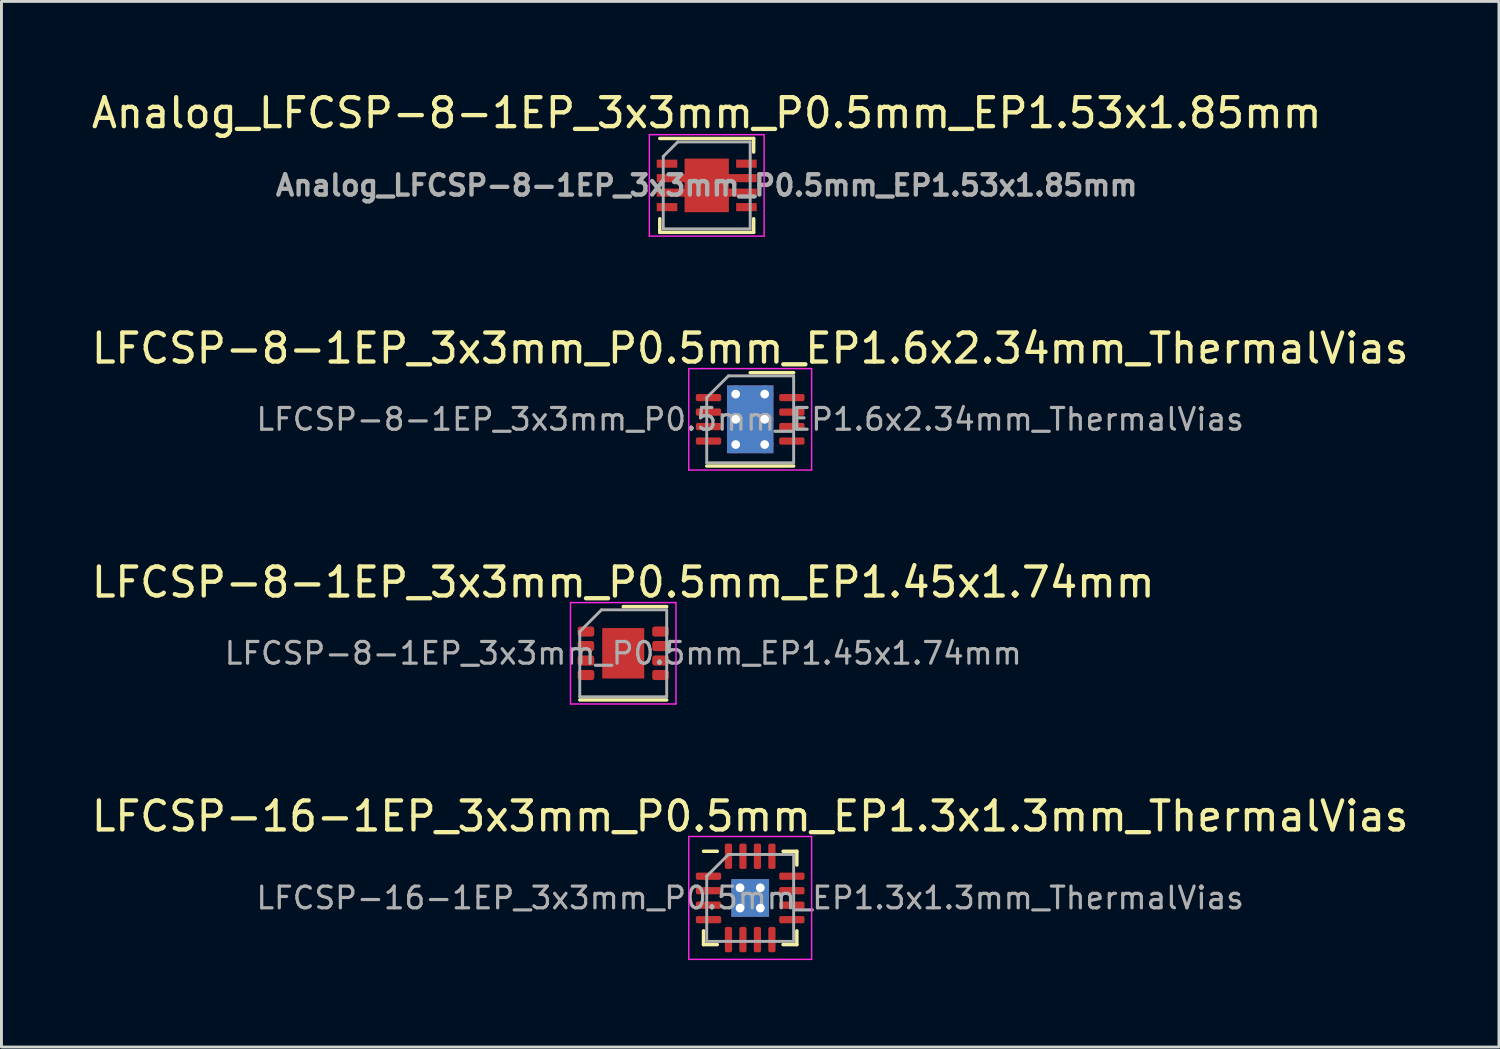
<source format=kicad_pcb>
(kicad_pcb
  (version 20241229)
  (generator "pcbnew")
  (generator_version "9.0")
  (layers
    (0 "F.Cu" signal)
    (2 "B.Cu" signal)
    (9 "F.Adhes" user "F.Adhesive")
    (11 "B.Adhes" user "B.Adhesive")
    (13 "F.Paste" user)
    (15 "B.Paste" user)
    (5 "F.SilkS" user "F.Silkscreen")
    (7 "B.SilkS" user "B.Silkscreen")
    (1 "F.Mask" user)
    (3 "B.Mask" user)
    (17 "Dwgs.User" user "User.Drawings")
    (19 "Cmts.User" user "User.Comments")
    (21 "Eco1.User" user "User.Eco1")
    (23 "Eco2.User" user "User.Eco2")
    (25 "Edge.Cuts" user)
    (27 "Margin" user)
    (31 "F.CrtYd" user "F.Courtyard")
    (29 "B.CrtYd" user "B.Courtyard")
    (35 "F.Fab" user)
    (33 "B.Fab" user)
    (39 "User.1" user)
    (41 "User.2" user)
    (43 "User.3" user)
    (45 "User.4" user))
  (footprint "LFCSP-8-1EP_3x3mm_P0.5mm_EP1.6x2.34mm_ThermalVias"
    (layer "F.Cu")
    (at 22.839 11.421)
    (property "Reference" "LFCSP-8-1EP_3x3mm_P0.5mm_EP1.6x2.34mm_ThermalVias" (at 0 -2.45 0) (layer "F.SilkS") (effects (font (size 1 1) (thickness 0.15))))
    (attr smd)
    (fp_line (start -1.5 1.61) (end 1.5 1.61) (stroke (width 0.12) (type solid)) (layer "F.SilkS"))
    (fp_line (start 0 -1.61) (end 1.5 -1.61) (stroke (width 0.12) (type solid)) (layer "F.SilkS"))
    (fp_line (start -2.12 -1.75) (end -2.12 1.75) (stroke (width 0.05) (type solid)) (layer "F.CrtYd"))
    (fp_line (start -2.12 1.75) (end 2.12 1.75) (stroke (width 0.05) (type solid)) (layer "F.CrtYd"))
    (fp_line (start 2.12 -1.75) (end -2.12 -1.75) (stroke (width 0.05) (type solid)) (layer "F.CrtYd"))
    (fp_line (start 2.12 1.75) (end 2.12 -1.75) (stroke (width 0.05) (type solid)) (layer "F.CrtYd"))
    (fp_line (start -1.5 -0.75) (end -0.75 -1.5) (stroke (width 0.1) (type solid)) (layer "F.Fab"))
    (fp_line (start -1.5 1.5) (end -1.5 -0.75) (stroke (width 0.1) (type solid)) (layer "F.Fab"))
    (fp_line (start -0.75 -1.5) (end 1.5 -1.5) (stroke (width 0.1) (type solid)) (layer "F.Fab"))
    (fp_line (start 1.5 -1.5) (end 1.5 1.5) (stroke (width 0.1) (type solid)) (layer "F.Fab"))
    (fp_line (start 1.5 1.5) (end -1.5 1.5) (stroke (width 0.1) (type solid)) (layer "F.Fab"))
    (fp_text user "${REFERENCE}" (at 0 0 0) (layer "F.Fab") (effects (font (size 0.75 0.75) (thickness 0.11))))
    (pad "" smd roundrect (at -0.4 -0.585) (size 0.69 1.01) (layers "F.Paste") (roundrect_rratio 0.25))
    (pad "" smd roundrect (at -0.4 0.585) (size 0.69 1.01) (layers "F.Paste") (roundrect_rratio 0.25))
    (pad "" smd roundrect (at 0.4 -0.585) (size 0.69 1.01) (layers "F.Paste") (roundrect_rratio 0.25))
    (pad "" smd roundrect (at 0.4 0.585) (size 0.69 1.01) (layers "F.Paste") (roundrect_rratio 0.25))
    (pad "1" smd roundrect (at -1.438 -0.75) (size 0.875 0.25) (layers "F.Cu" "F.Mask" "F.Paste") (roundrect_rratio 0.25))
    (pad "2" smd roundrect (at -1.438 -0.25) (size 0.875 0.25) (layers "F.Cu" "F.Mask" "F.Paste") (roundrect_rratio 0.25))
    (pad "3" smd roundrect (at -1.438 0.25) (size 0.875 0.25) (layers "F.Cu" "F.Mask" "F.Paste") (roundrect_rratio 0.25))
    (pad "4" smd roundrect (at -1.438 0.75) (size 0.875 0.25) (layers "F.Cu" "F.Mask" "F.Paste") (roundrect_rratio 0.25))
    (pad "5" smd roundrect (at 1.438 0.75) (size 0.875 0.25) (layers "F.Cu" "F.Mask" "F.Paste") (roundrect_rratio 0.25))
    (pad "6" smd roundrect (at 1.438 0.25) (size 0.875 0.25) (layers "F.Cu" "F.Mask" "F.Paste") (roundrect_rratio 0.25))
    (pad "7" smd roundrect (at 1.438 -0.25) (size 0.875 0.25) (layers "F.Cu" "F.Mask" "F.Paste") (roundrect_rratio 0.25))
    (pad "8" smd roundrect (at 1.438 -0.75) (size 0.875 0.25) (layers "F.Cu" "F.Mask" "F.Paste") (roundrect_rratio 0.25))
    (pad "9" thru_hole circle (at -0.5 -0.87) (size 0.6 0.6) (drill 0.3) (layers "*.Cu"))
    (pad "9" thru_hole circle (at -0.5 0) (size 0.6 0.6) (drill 0.3) (layers "*.Cu"))
    (pad "9" thru_hole circle (at -0.5 0.87) (size 0.6 0.6) (drill 0.3) (layers "*.Cu"))
    (pad "9" smd rect (at 0 0) (size 1.6 2.34) (layers "F.Cu" "F.Mask"))
    (pad "9" smd rect (at 0 0) (size 1.6 2.34) (layers "B.Cu"))
    (pad "9" thru_hole circle (at 0.5 -0.87) (size 0.6 0.6) (drill 0.3) (layers "*.Cu"))
    (pad "9" thru_hole circle (at 0.5 0) (size 0.6 0.6) (drill 0.3) (layers "*.Cu"))
    (pad "9" thru_hole circle (at 0.5 0.87) (size 0.6 0.6) (drill 0.3) (layers "*.Cu")))
  (footprint "LFCSP-8-1EP_3x3mm_P0.5mm_EP1.45x1.74mm"
    (layer "F.Cu")
    (at 18.458 19.495)
    (property "Reference" "LFCSP-8-1EP_3x3mm_P0.5mm_EP1.45x1.74mm" (at 0 -2.45 0) (layer "F.SilkS") (effects (font (size 1 1) (thickness 0.15))))
    (attr smd)
    (fp_line (start -1.5 1.61) (end 1.5 1.61) (stroke (width 0.12) (type solid)) (layer "F.SilkS"))
    (fp_line (start 0 -1.61) (end 1.5 -1.61) (stroke (width 0.12) (type solid)) (layer "F.SilkS"))
    (fp_line (start -1.82 -1.75) (end -1.82 1.75) (stroke (width 0.05) (type solid)) (layer "F.CrtYd"))
    (fp_line (start -1.82 1.75) (end 1.82 1.75) (stroke (width 0.05) (type solid)) (layer "F.CrtYd"))
    (fp_line (start 1.82 -1.75) (end -1.82 -1.75) (stroke (width 0.05) (type solid)) (layer "F.CrtYd"))
    (fp_line (start 1.82 1.75) (end 1.82 -1.75) (stroke (width 0.05) (type solid)) (layer "F.CrtYd"))
    (fp_line (start -1.5 -0.75) (end -0.75 -1.5) (stroke (width 0.1) (type solid)) (layer "F.Fab"))
    (fp_line (start -1.5 1.5) (end -1.5 -0.75) (stroke (width 0.1) (type solid)) (layer "F.Fab"))
    (fp_line (start -0.75 -1.5) (end 1.5 -1.5) (stroke (width 0.1) (type solid)) (layer "F.Fab"))
    (fp_line (start 1.5 -1.5) (end 1.5 1.5) (stroke (width 0.1) (type solid)) (layer "F.Fab"))
    (fp_line (start 1.5 1.5) (end -1.5 1.5) (stroke (width 0.1) (type solid)) (layer "F.Fab"))
    (fp_text user "${REFERENCE}" (at 0 0 0) (layer "F.Fab") (effects (font (size 0.75 0.75) (thickness 0.11))))
    (pad "" smd roundrect (at -0.365 -0.435) (size 0.58 0.7) (layers "F.Paste") (roundrect_rratio 0.25))
    (pad "" smd roundrect (at -0.365 0.435) (size 0.58 0.7) (layers "F.Paste") (roundrect_rratio 0.25))
    (pad "" smd roundrect (at 0.365 -0.435) (size 0.58 0.7) (layers "F.Paste") (roundrect_rratio 0.25))
    (pad "" smd roundrect (at 0.365 0.435) (size 0.58 0.7) (layers "F.Paste") (roundrect_rratio 0.25))
    (pad "1" smd roundrect (at -1.288 -0.75) (size 0.575 0.35) (layers "F.Cu" "F.Mask" "F.Paste") (roundrect_rratio 0.25))
    (pad "2" smd roundrect (at -1.288 -0.25) (size 0.575 0.35) (layers "F.Cu" "F.Mask" "F.Paste") (roundrect_rratio 0.25))
    (pad "3" smd roundrect (at -1.288 0.25) (size 0.575 0.35) (layers "F.Cu" "F.Mask" "F.Paste") (roundrect_rratio 0.25))
    (pad "4" smd roundrect (at -1.288 0.75) (size 0.575 0.35) (layers "F.Cu" "F.Mask" "F.Paste") (roundrect_rratio 0.25))
    (pad "5" smd roundrect (at 1.288 0.75) (size 0.575 0.35) (layers "F.Cu" "F.Mask" "F.Paste") (roundrect_rratio 0.25))
    (pad "6" smd roundrect (at 1.288 0.25) (size 0.575 0.35) (layers "F.Cu" "F.Mask" "F.Paste") (roundrect_rratio 0.25))
    (pad "7" smd roundrect (at 1.288 -0.25) (size 0.575 0.35) (layers "F.Cu" "F.Mask" "F.Paste") (roundrect_rratio 0.25))
    (pad "8" smd roundrect (at 1.288 -0.75) (size 0.575 0.35) (layers "F.Cu" "F.Mask" "F.Paste") (roundrect_rratio 0.25))
    (pad "9" smd rect (at 0 0) (size 1.45 1.74) (layers "F.Cu" "F.Mask")))
  (footprint "Analog_LFCSP-8-1EP_3x3mm_P0.5mm_EP1.53x1.85mm"
    (layer "F.Cu")
    (at 21.339 3.348)
    (property "Reference" "Analog_LFCSP-8-1EP_3x3mm_P0.5mm_EP1.53x1.85mm" (at 0 -2.5 0) (layer "F.SilkS") (effects (font (size 1 1) (thickness 0.15))))
    (attr smd)
    (fp_line (start -1.62 1.62) (end -1.62 1.15) (stroke (width 0.12) (type solid)) (layer "F.SilkS"))
    (fp_line (start 1.62 -1.62) (end -1.62 -1.62) (stroke (width 0.12) (type solid)) (layer "F.SilkS"))
    (fp_line (start 1.62 -1.62) (end 1.62 -1.15) (stroke (width 0.12) (type solid)) (layer "F.SilkS"))
    (fp_line (start 1.62 1.15) (end 1.62 1.62) (stroke (width 0.12) (type solid)) (layer "F.SilkS"))
    (fp_line (start 1.62 1.62) (end -1.62 1.62) (stroke (width 0.12) (type solid)) (layer "F.SilkS"))
    (fp_line (start -1.98 -1.75) (end 1.98 -1.75) (stroke (width 0.05) (type solid)) (layer "F.CrtYd"))
    (fp_line (start -1.98 1.75) (end -1.98 -1.75) (stroke (width 0.05) (type solid)) (layer "F.CrtYd"))
    (fp_line (start 1.98 -1.75) (end 1.98 1.75) (stroke (width 0.05) (type solid)) (layer "F.CrtYd"))
    (fp_line (start 1.98 1.75) (end -1.98 1.75) (stroke (width 0.05) (type solid)) (layer "F.CrtYd"))
    (fp_line (start -1.5 -1) (end -1.5 1.5) (stroke (width 0.1) (type solid)) (layer "F.Fab"))
    (fp_line (start -1 -1.5) (end -1.5 -1) (stroke (width 0.1) (type solid)) (layer "F.Fab"))
    (fp_line (start -1 -1.5) (end 1.5 -1.5) (stroke (width 0.1) (type solid)) (layer "F.Fab"))
    (fp_line (start 1.5 1.5) (end -1.5 1.5) (stroke (width 0.1) (type solid)) (layer "F.Fab"))
    (fp_line (start 1.5 1.5) (end 1.5 -1.5) (stroke (width 0.1) (type solid)) (layer "F.Fab"))
    (fp_text user "${REFERENCE}" (at 0 0 180) (layer "F.Fab") (effects (font (size 0.7 0.7) (thickness 0.15))))
    (pad "" smd rect (at -1.37 -0.25) (size 0.71 0.28) (layers "F.Mask" "F.Paste"))
    (pad "" smd rect (at -1.37 0.25) (size 0.71 0.28) (layers "F.Mask" "F.Paste"))
    (pad "" smd rect (at 0 0) (size 1.2 1.55) (layers "F.Paste"))
    (pad "" smd rect (at 1.37 -0.25) (size 0.71 0.28) (layers "F.Mask" "F.Paste"))
    (pad "" smd rect (at 1.37 0.25) (size 0.71 0.28) (layers "F.Mask" "F.Paste"))
    (pad "1" smd rect (at -1.37 -0.75) (size 0.71 0.28) (layers "F.Cu" "F.Mask" "F.Paste"))
    (pad "2" smd rect (at 0 -0.25) (size 3.45 0.28) (layers "F.Cu"))
    (pad "2" smd rect (at 0 0) (size 1.53 1.85) (layers "F.Cu" "F.Mask"))
    (pad "2" smd rect (at 0 0.25) (size 3.45 0.28) (layers "F.Cu"))
    (pad "4" smd rect (at -1.37 0.75) (size 0.71 0.28) (layers "F.Cu" "F.Mask" "F.Paste"))
    (pad "5" smd rect (at 1.37 0.75) (size 0.71 0.28) (layers "F.Cu" "F.Mask" "F.Paste"))
    (pad "8" smd rect (at 1.37 -0.75) (size 0.71 0.28) (layers "F.Cu" "F.Mask" "F.Paste")))
  (footprint "LFCSP-16-1EP_3x3mm_P0.5mm_EP1.3x1.3mm_ThermalVias"
    (layer "F.Cu")
    (at 22.839 27.938)
    (property "Reference" "LFCSP-16-1EP_3x3mm_P0.5mm_EP1.3x1.3mm_ThermalVias" (at 0 -2.82 0) (layer "F.SilkS") (effects (font (size 1 1) (thickness 0.15))))
    (attr smd)
    (fp_line (start -1.61 1.61) (end -1.61 1.135) (stroke (width 0.12) (type solid)) (layer "F.SilkS"))
    (fp_line (start -1.135 -1.61) (end -1.61 -1.61) (stroke (width 0.12) (type solid)) (layer "F.SilkS"))
    (fp_line (start -1.135 1.61) (end -1.61 1.61) (stroke (width 0.12) (type solid)) (layer "F.SilkS"))
    (fp_line (start 1.135 -1.61) (end 1.61 -1.61) (stroke (width 0.12) (type solid)) (layer "F.SilkS"))
    (fp_line (start 1.135 1.61) (end 1.61 1.61) (stroke (width 0.12) (type solid)) (layer "F.SilkS"))
    (fp_line (start 1.61 -1.61) (end 1.61 -1.135) (stroke (width 0.12) (type solid)) (layer "F.SilkS"))
    (fp_line (start 1.61 1.61) (end 1.61 1.135) (stroke (width 0.12) (type solid)) (layer "F.SilkS"))
    (fp_line (start -2.12 -2.12) (end -2.12 2.12) (stroke (width 0.05) (type solid)) (layer "F.CrtYd"))
    (fp_line (start -2.12 2.12) (end 2.12 2.12) (stroke (width 0.05) (type solid)) (layer "F.CrtYd"))
    (fp_line (start 2.12 -2.12) (end -2.12 -2.12) (stroke (width 0.05) (type solid)) (layer "F.CrtYd"))
    (fp_line (start 2.12 2.12) (end 2.12 -2.12) (stroke (width 0.05) (type solid)) (layer "F.CrtYd"))
    (fp_line (start -1.5 -0.75) (end -0.75 -1.5) (stroke (width 0.1) (type solid)) (layer "F.Fab"))
    (fp_line (start -1.5 1.5) (end -1.5 -0.75) (stroke (width 0.1) (type solid)) (layer "F.Fab"))
    (fp_line (start -0.75 -1.5) (end 1.5 -1.5) (stroke (width 0.1) (type solid)) (layer "F.Fab"))
    (fp_line (start 1.5 -1.5) (end 1.5 1.5) (stroke (width 0.1) (type solid)) (layer "F.Fab"))
    (fp_line (start 1.5 1.5) (end -1.5 1.5) (stroke (width 0.1) (type solid)) (layer "F.Fab"))
    (fp_text user "${REFERENCE}" (at 0 0 0) (layer "F.Fab") (effects (font (size 0.75 0.75) (thickness 0.11))))
    (pad "" smd roundrect (at -0.325 -0.325) (size 0.52 0.52) (layers "F.Paste") (roundrect_rratio 0.25))
    (pad "" smd roundrect (at -0.325 0.325) (size 0.52 0.52) (layers "F.Paste") (roundrect_rratio 0.25))
    (pad "" smd roundrect (at 0.325 -0.325) (size 0.52 0.52) (layers "F.Paste") (roundrect_rratio 0.25))
    (pad "" smd roundrect (at 0.325 0.325) (size 0.52 0.52) (layers "F.Paste") (roundrect_rratio 0.25))
    (pad "1" smd roundrect (at -1.438 -0.75) (size 0.875 0.25) (layers "F.Cu" "F.Mask" "F.Paste") (roundrect_rratio 0.25))
    (pad "2" smd roundrect (at -1.438 -0.25) (size 0.875 0.25) (layers "F.Cu" "F.Mask" "F.Paste") (roundrect_rratio 0.25))
    (pad "3" smd roundrect (at -1.438 0.25) (size 0.875 0.25) (layers "F.Cu" "F.Mask" "F.Paste") (roundrect_rratio 0.25))
    (pad "4" smd roundrect (at -1.438 0.75) (size 0.875 0.25) (layers "F.Cu" "F.Mask" "F.Paste") (roundrect_rratio 0.25))
    (pad "5" smd roundrect (at -0.75 1.438) (size 0.25 0.875) (layers "F.Cu" "F.Mask" "F.Paste") (roundrect_rratio 0.25))
    (pad "6" smd roundrect (at -0.25 1.438) (size 0.25 0.875) (layers "F.Cu" "F.Mask" "F.Paste") (roundrect_rratio 0.25))
    (pad "7" smd roundrect (at 0.25 1.438) (size 0.25 0.875) (layers "F.Cu" "F.Mask" "F.Paste") (roundrect_rratio 0.25))
    (pad "8" smd roundrect (at 0.75 1.438) (size 0.25 0.875) (layers "F.Cu" "F.Mask" "F.Paste") (roundrect_rratio 0.25))
    (pad "9" smd roundrect (at 1.438 0.75) (size 0.875 0.25) (layers "F.Cu" "F.Mask" "F.Paste") (roundrect_rratio 0.25))
    (pad "10" smd roundrect (at 1.438 0.25) (size 0.875 0.25) (layers "F.Cu" "F.Mask" "F.Paste") (roundrect_rratio 0.25))
    (pad "11" smd roundrect (at 1.438 -0.25) (size 0.875 0.25) (layers "F.Cu" "F.Mask" "F.Paste") (roundrect_rratio 0.25))
    (pad "12" smd roundrect (at 1.438 -0.75) (size 0.875 0.25) (layers "F.Cu" "F.Mask" "F.Paste") (roundrect_rratio 0.25))
    (pad "13" smd roundrect (at 0.75 -1.438) (size 0.25 0.875) (layers "F.Cu" "F.Mask" "F.Paste") (roundrect_rratio 0.25))
    (pad "14" smd roundrect (at 0.25 -1.438) (size 0.25 0.875) (layers "F.Cu" "F.Mask" "F.Paste") (roundrect_rratio 0.25))
    (pad "15" smd roundrect (at -0.25 -1.438) (size 0.25 0.875) (layers "F.Cu" "F.Mask" "F.Paste") (roundrect_rratio 0.25))
    (pad "16" smd roundrect (at -0.75 -1.438) (size 0.25 0.875) (layers "F.Cu" "F.Mask" "F.Paste") (roundrect_rratio 0.25))
    (pad "17" thru_hole circle (at -0.35 -0.35) (size 0.6 0.6) (drill 0.3) (layers "*.Cu"))
    (pad "17" thru_hole circle (at -0.35 0.35) (size 0.6 0.6) (drill 0.3) (layers "*.Cu"))
    (pad "17" smd rect (at 0 0) (size 1.3 1.3) (layers "F.Cu" "F.Mask"))
    (pad "17" smd rect (at 0 0) (size 1.3 1.3) (layers "B.Cu"))
    (pad "17" thru_hole circle (at 0.35 -0.35) (size 0.6 0.6) (drill 0.3) (layers "*.Cu"))
    (pad "17" thru_hole circle (at 0.35 0.35) (size 0.6 0.6) (drill 0.3) (layers "*.Cu")))
  (gr_rect
    (start -3 -3)
    (end 48.679 33.083)
    (stroke (width 0.1) (type default))
    (fill no)
    (layer "Edge.Cuts")))
</source>
